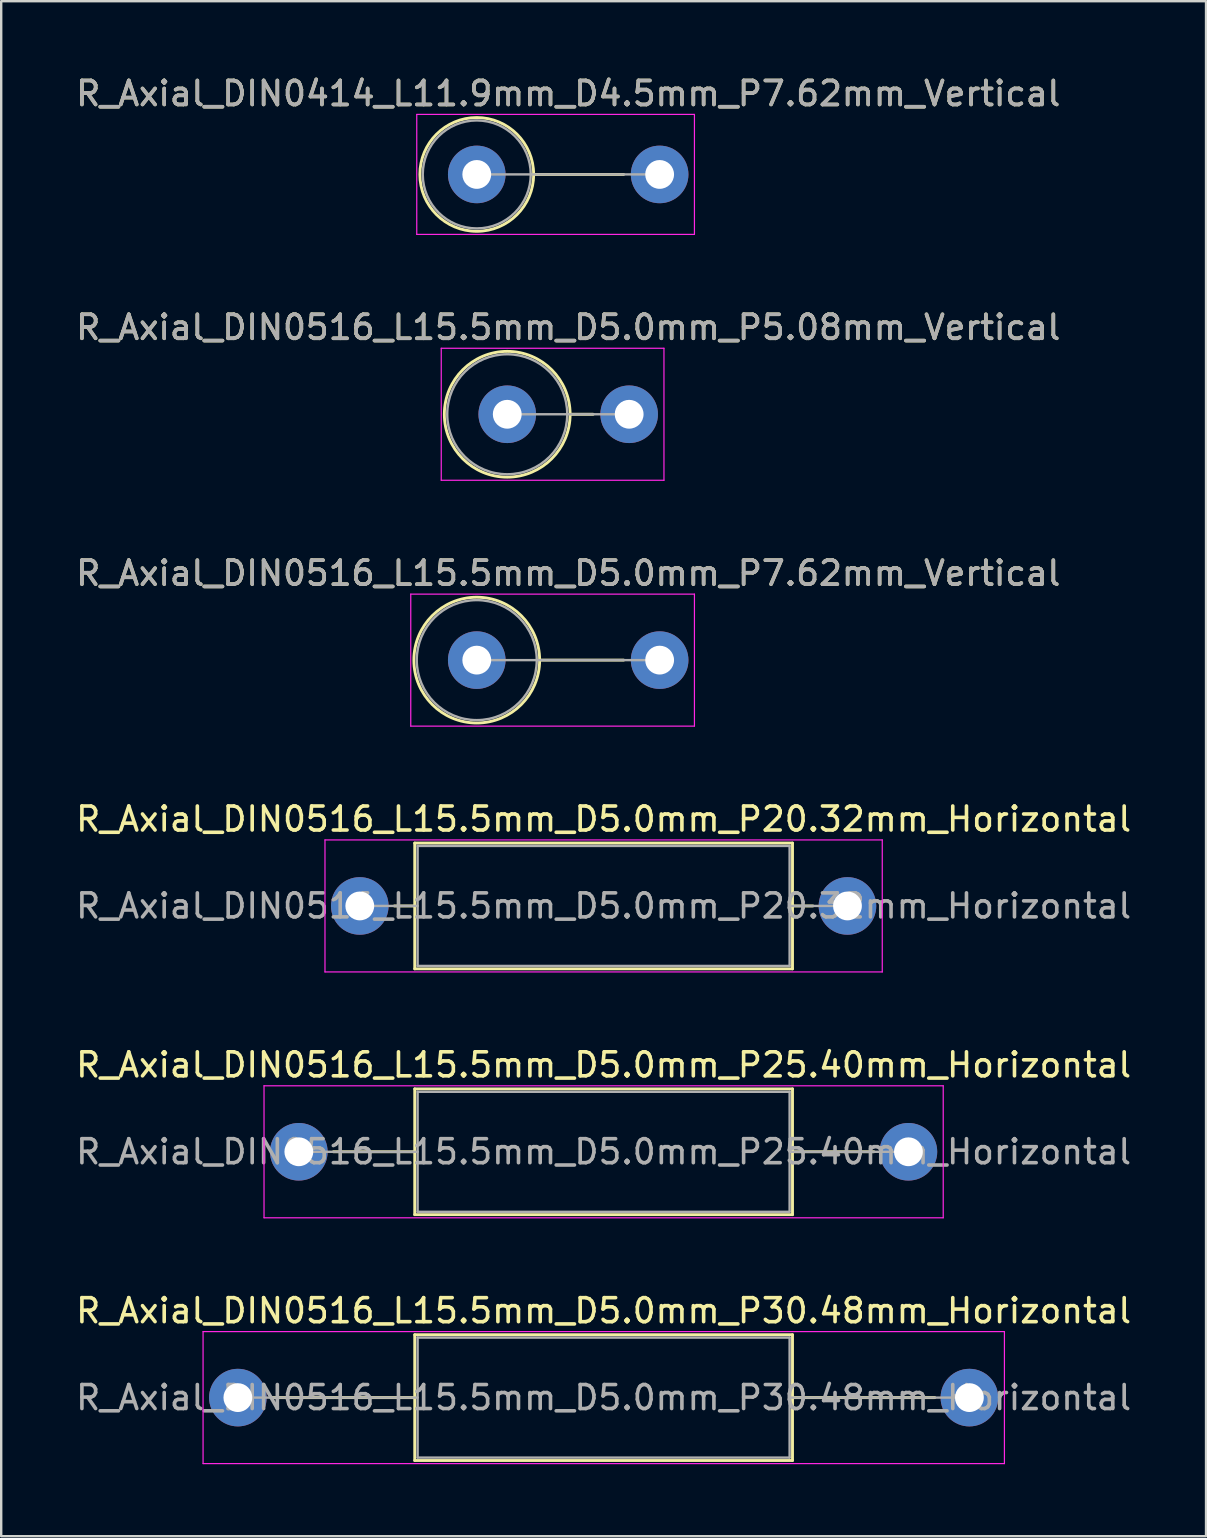
<source format=kicad_pcb>
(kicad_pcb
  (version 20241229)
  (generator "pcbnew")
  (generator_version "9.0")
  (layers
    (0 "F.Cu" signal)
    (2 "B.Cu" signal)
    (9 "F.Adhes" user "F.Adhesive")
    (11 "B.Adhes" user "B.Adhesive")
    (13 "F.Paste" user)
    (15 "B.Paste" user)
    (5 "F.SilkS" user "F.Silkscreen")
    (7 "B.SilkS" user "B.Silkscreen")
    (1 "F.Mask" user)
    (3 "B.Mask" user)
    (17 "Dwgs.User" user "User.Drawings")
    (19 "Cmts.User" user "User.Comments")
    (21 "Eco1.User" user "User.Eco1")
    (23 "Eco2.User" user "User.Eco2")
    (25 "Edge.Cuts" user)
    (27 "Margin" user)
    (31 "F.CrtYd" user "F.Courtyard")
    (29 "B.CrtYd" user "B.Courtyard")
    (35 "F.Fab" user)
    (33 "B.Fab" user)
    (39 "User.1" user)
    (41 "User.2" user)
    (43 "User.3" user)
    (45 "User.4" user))
  (footprint "R_Axial_DIN0516_L15.5mm_D5.0mm_P7.62mm_Vertical"
    (layer "F.Cu")
    (at 16.815 24.455)
    (property "Reference" "R_Axial_DIN0516_L15.5mm_D5.0mm_P7.62mm_Vertical" (at 3.81 -3.62 0) (layer "F.SilkS") (effects (font (size 1 1) (thickness 0.15))))
    (attr through_hole)
    (fp_line (start 2.62 0) (end 6.12 0) (stroke (width 0.12) (type solid)) (layer "F.SilkS"))
    (fp_circle (center 0 0) (end 2.62 0) (stroke (width 0.12) (type solid)) (fill no) (layer "F.SilkS"))
    (fp_line (start -2.75 -2.75) (end -2.75 2.75) (stroke (width 0.05) (type solid)) (layer "F.CrtYd"))
    (fp_line (start -2.75 2.75) (end 9.07 2.75) (stroke (width 0.05) (type solid)) (layer "F.CrtYd"))
    (fp_line (start 9.07 -2.75) (end -2.75 -2.75) (stroke (width 0.05) (type solid)) (layer "F.CrtYd"))
    (fp_line (start 9.07 2.75) (end 9.07 -2.75) (stroke (width 0.05) (type solid)) (layer "F.CrtYd"))
    (fp_line (start 0 0) (end 7.62 0) (stroke (width 0.1) (type solid)) (layer "F.Fab"))
    (fp_circle (center 0 0) (end 2.5 0) (stroke (width 0.1) (type solid)) (fill no) (layer "F.Fab"))
    (fp_text user "${REFERENCE}" (at 3.81 -3.62 0) (layer "F.Fab") (effects (font (size 1 1) (thickness 0.15))))
    (pad "1" thru_hole circle (at 0 0) (size 2.4 2.4) (drill 1.2) (layers "*.Cu" "*.Mask"))
    (pad "2" thru_hole oval (at 7.62 0) (size 2.4 2.4) (drill 1.2) (layers "*.Cu" "*.Mask")))
  (footprint "R_Axial_DIN0414_L11.9mm_D4.5mm_P7.62mm_Vertical"
    (layer "F.Cu")
    (at 16.815 4.218)
    (property "Reference" "R_Axial_DIN0414_L11.9mm_D4.5mm_P7.62mm_Vertical" (at 3.81 -3.37 0) (layer "F.SilkS") (effects (font (size 1 1) (thickness 0.15))))
    (attr through_hole)
    (fp_line (start 2.37 0) (end 6.12 0) (stroke (width 0.12) (type solid)) (layer "F.SilkS"))
    (fp_circle (center 0 0) (end 2.37 0) (stroke (width 0.12) (type solid)) (fill no) (layer "F.SilkS"))
    (fp_line (start -2.5 -2.5) (end -2.5 2.5) (stroke (width 0.05) (type solid)) (layer "F.CrtYd"))
    (fp_line (start -2.5 2.5) (end 9.07 2.5) (stroke (width 0.05) (type solid)) (layer "F.CrtYd"))
    (fp_line (start 9.07 -2.5) (end -2.5 -2.5) (stroke (width 0.05) (type solid)) (layer "F.CrtYd"))
    (fp_line (start 9.07 2.5) (end 9.07 -2.5) (stroke (width 0.05) (type solid)) (layer "F.CrtYd"))
    (fp_line (start 0 0) (end 7.62 0) (stroke (width 0.1) (type solid)) (layer "F.Fab"))
    (fp_circle (center 0 0) (end 2.25 0) (stroke (width 0.1) (type solid)) (fill no) (layer "F.Fab"))
    (fp_text user "${REFERENCE}" (at 3.81 -3.37 0) (layer "F.Fab") (effects (font (size 1 1) (thickness 0.15))))
    (pad "1" thru_hole circle (at 0 0) (size 2.4 2.4) (drill 1.2) (layers "*.Cu" "*.Mask"))
    (pad "2" thru_hole oval (at 7.62 0) (size 2.4 2.4) (drill 1.2) (layers "*.Cu" "*.Mask")))
  (footprint "R_Axial_DIN0516_L15.5mm_D5.0mm_P20.32mm_Horizontal"
    (layer "F.Cu")
    (at 11.941 34.698)
    (property "Reference" "R_Axial_DIN0516_L15.5mm_D5.0mm_P20.32mm_Horizontal" (at 10.16 -3.62 0) (layer "F.SilkS") (effects (font (size 1 1) (thickness 0.15))))
    (attr through_hole)
    (fp_line (start 1.44 0) (end 2.29 0) (stroke (width 0.12) (type solid)) (layer "F.SilkS"))
    (fp_line (start 2.29 -2.62) (end 2.29 2.62) (stroke (width 0.12) (type solid)) (layer "F.SilkS"))
    (fp_line (start 2.29 2.62) (end 18.03 2.62) (stroke (width 0.12) (type solid)) (layer "F.SilkS"))
    (fp_line (start 18.03 -2.62) (end 2.29 -2.62) (stroke (width 0.12) (type solid)) (layer "F.SilkS"))
    (fp_line (start 18.03 2.62) (end 18.03 -2.62) (stroke (width 0.12) (type solid)) (layer "F.SilkS"))
    (fp_line (start 18.88 0) (end 18.03 0) (stroke (width 0.12) (type solid)) (layer "F.SilkS"))
    (fp_line (start -1.45 -2.75) (end -1.45 2.75) (stroke (width 0.05) (type solid)) (layer "F.CrtYd"))
    (fp_line (start -1.45 2.75) (end 21.77 2.75) (stroke (width 0.05) (type solid)) (layer "F.CrtYd"))
    (fp_line (start 21.77 -2.75) (end -1.45 -2.75) (stroke (width 0.05) (type solid)) (layer "F.CrtYd"))
    (fp_line (start 21.77 2.75) (end 21.77 -2.75) (stroke (width 0.05) (type solid)) (layer "F.CrtYd"))
    (fp_line (start 0 0) (end 2.41 0) (stroke (width 0.1) (type solid)) (layer "F.Fab"))
    (fp_line (start 2.41 -2.5) (end 2.41 2.5) (stroke (width 0.1) (type solid)) (layer "F.Fab"))
    (fp_line (start 2.41 2.5) (end 17.91 2.5) (stroke (width 0.1) (type solid)) (layer "F.Fab"))
    (fp_line (start 17.91 -2.5) (end 2.41 -2.5) (stroke (width 0.1) (type solid)) (layer "F.Fab"))
    (fp_line (start 17.91 2.5) (end 17.91 -2.5) (stroke (width 0.1) (type solid)) (layer "F.Fab"))
    (fp_line (start 20.32 0) (end 17.91 0) (stroke (width 0.1) (type solid)) (layer "F.Fab"))
    (fp_text user "${REFERENCE}" (at 10.16 0 0) (layer "F.Fab") (effects (font (size 1 1) (thickness 0.15))))
    (pad "1" thru_hole circle (at 0 0) (size 2.4 2.4) (drill 1.2) (layers "*.Cu" "*.Mask"))
    (pad "2" thru_hole oval (at 20.32 0) (size 2.4 2.4) (drill 1.2) (layers "*.Cu" "*.Mask")))
  (footprint "R_Axial_DIN0516_L15.5mm_D5.0mm_P5.08mm_Vertical"
    (layer "F.Cu")
    (at 18.085 14.211)
    (property "Reference" "R_Axial_DIN0516_L15.5mm_D5.0mm_P5.08mm_Vertical" (at 2.54 -3.62 0) (layer "F.SilkS") (effects (font (size 1 1) (thickness 0.15))))
    (attr through_hole)
    (fp_line (start 2.62 0) (end 3.58 0) (stroke (width 0.12) (type solid)) (layer "F.SilkS"))
    (fp_circle (center 0 0) (end 2.62 0) (stroke (width 0.12) (type solid)) (fill no) (layer "F.SilkS"))
    (fp_line (start -2.75 -2.75) (end -2.75 2.75) (stroke (width 0.05) (type solid)) (layer "F.CrtYd"))
    (fp_line (start -2.75 2.75) (end 6.53 2.75) (stroke (width 0.05) (type solid)) (layer "F.CrtYd"))
    (fp_line (start 6.53 -2.75) (end -2.75 -2.75) (stroke (width 0.05) (type solid)) (layer "F.CrtYd"))
    (fp_line (start 6.53 2.75) (end 6.53 -2.75) (stroke (width 0.05) (type solid)) (layer "F.CrtYd"))
    (fp_line (start 0 0) (end 5.08 0) (stroke (width 0.1) (type solid)) (layer "F.Fab"))
    (fp_circle (center 0 0) (end 2.5 0) (stroke (width 0.1) (type solid)) (fill no) (layer "F.Fab"))
    (fp_text user "${REFERENCE}" (at 2.54 -3.62 0) (layer "F.Fab") (effects (font (size 1 1) (thickness 0.15))))
    (pad "1" thru_hole circle (at 0 0) (size 2.4 2.4) (drill 1.2) (layers "*.Cu" "*.Mask"))
    (pad "2" thru_hole oval (at 5.08 0) (size 2.4 2.4) (drill 1.2) (layers "*.Cu" "*.Mask")))
  (footprint "R_Axial_DIN0516_L15.5mm_D5.0mm_P25.40mm_Horizontal"
    (layer "F.Cu")
    (at 9.401 44.941)
    (property "Reference" "R_Axial_DIN0516_L15.5mm_D5.0mm_P25.40mm_Horizontal" (at 12.7 -3.62 0) (layer "F.SilkS") (effects (font (size 1 1) (thickness 0.15))))
    (attr through_hole)
    (fp_line (start 1.44 0) (end 4.83 0) (stroke (width 0.12) (type solid)) (layer "F.SilkS"))
    (fp_line (start 4.83 -2.62) (end 4.83 2.62) (stroke (width 0.12) (type solid)) (layer "F.SilkS"))
    (fp_line (start 4.83 2.62) (end 20.57 2.62) (stroke (width 0.12) (type solid)) (layer "F.SilkS"))
    (fp_line (start 20.57 -2.62) (end 4.83 -2.62) (stroke (width 0.12) (type solid)) (layer "F.SilkS"))
    (fp_line (start 20.57 2.62) (end 20.57 -2.62) (stroke (width 0.12) (type solid)) (layer "F.SilkS"))
    (fp_line (start 23.96 0) (end 20.57 0) (stroke (width 0.12) (type solid)) (layer "F.SilkS"))
    (fp_line (start -1.45 -2.75) (end -1.45 2.75) (stroke (width 0.05) (type solid)) (layer "F.CrtYd"))
    (fp_line (start -1.45 2.75) (end 26.85 2.75) (stroke (width 0.05) (type solid)) (layer "F.CrtYd"))
    (fp_line (start 26.85 -2.75) (end -1.45 -2.75) (stroke (width 0.05) (type solid)) (layer "F.CrtYd"))
    (fp_line (start 26.85 2.75) (end 26.85 -2.75) (stroke (width 0.05) (type solid)) (layer "F.CrtYd"))
    (fp_line (start 0 0) (end 4.95 0) (stroke (width 0.1) (type solid)) (layer "F.Fab"))
    (fp_line (start 4.95 -2.5) (end 4.95 2.5) (stroke (width 0.1) (type solid)) (layer "F.Fab"))
    (fp_line (start 4.95 2.5) (end 20.45 2.5) (stroke (width 0.1) (type solid)) (layer "F.Fab"))
    (fp_line (start 20.45 -2.5) (end 4.95 -2.5) (stroke (width 0.1) (type solid)) (layer "F.Fab"))
    (fp_line (start 20.45 2.5) (end 20.45 -2.5) (stroke (width 0.1) (type solid)) (layer "F.Fab"))
    (fp_line (start 25.4 0) (end 20.45 0) (stroke (width 0.1) (type solid)) (layer "F.Fab"))
    (fp_text user "${REFERENCE}" (at 12.7 0 0) (layer "F.Fab") (effects (font (size 1 1) (thickness 0.15))))
    (pad "1" thru_hole circle (at 0 0) (size 2.4 2.4) (drill 1.2) (layers "*.Cu" "*.Mask"))
    (pad "2" thru_hole oval (at 25.4 0) (size 2.4 2.4) (drill 1.2) (layers "*.Cu" "*.Mask")))
  (footprint "R_Axial_DIN0516_L15.5mm_D5.0mm_P30.48mm_Horizontal"
    (layer "F.Cu")
    (at 6.861 55.184)
    (property "Reference" "R_Axial_DIN0516_L15.5mm_D5.0mm_P30.48mm_Horizontal" (at 15.24 -3.62 0) (layer "F.SilkS") (effects (font (size 1 1) (thickness 0.15))))
    (attr through_hole)
    (fp_line (start 1.44 0) (end 7.37 0) (stroke (width 0.12) (type solid)) (layer "F.SilkS"))
    (fp_line (start 7.37 -2.62) (end 7.37 2.62) (stroke (width 0.12) (type solid)) (layer "F.SilkS"))
    (fp_line (start 7.37 2.62) (end 23.11 2.62) (stroke (width 0.12) (type solid)) (layer "F.SilkS"))
    (fp_line (start 23.11 -2.62) (end 7.37 -2.62) (stroke (width 0.12) (type solid)) (layer "F.SilkS"))
    (fp_line (start 23.11 2.62) (end 23.11 -2.62) (stroke (width 0.12) (type solid)) (layer "F.SilkS"))
    (fp_line (start 29.04 0) (end 23.11 0) (stroke (width 0.12) (type solid)) (layer "F.SilkS"))
    (fp_line (start -1.45 -2.75) (end -1.45 2.75) (stroke (width 0.05) (type solid)) (layer "F.CrtYd"))
    (fp_line (start -1.45 2.75) (end 31.94 2.75) (stroke (width 0.05) (type solid)) (layer "F.CrtYd"))
    (fp_line (start 31.94 -2.75) (end -1.45 -2.75) (stroke (width 0.05) (type solid)) (layer "F.CrtYd"))
    (fp_line (start 31.94 2.75) (end 31.94 -2.75) (stroke (width 0.05) (type solid)) (layer "F.CrtYd"))
    (fp_line (start 0 0) (end 7.49 0) (stroke (width 0.1) (type solid)) (layer "F.Fab"))
    (fp_line (start 7.49 -2.5) (end 7.49 2.5) (stroke (width 0.1) (type solid)) (layer "F.Fab"))
    (fp_line (start 7.49 2.5) (end 22.99 2.5) (stroke (width 0.1) (type solid)) (layer "F.Fab"))
    (fp_line (start 22.99 -2.5) (end 7.49 -2.5) (stroke (width 0.1) (type solid)) (layer "F.Fab"))
    (fp_line (start 22.99 2.5) (end 22.99 -2.5) (stroke (width 0.1) (type solid)) (layer "F.Fab"))
    (fp_line (start 30.48 0) (end 22.99 0) (stroke (width 0.1) (type solid)) (layer "F.Fab"))
    (fp_text user "${REFERENCE}" (at 15.24 0 0) (layer "F.Fab") (effects (font (size 1 1) (thickness 0.15))))
    (pad "1" thru_hole circle (at 0 0) (size 2.4 2.4) (drill 1.2) (layers "*.Cu" "*.Mask"))
    (pad "2" thru_hole oval (at 30.48 0) (size 2.4 2.4) (drill 1.2) (layers "*.Cu" "*.Mask")))
  (gr_rect
    (start -3 -3)
    (end 47.202 60.959)
    (stroke (width 0.1) (type default))
    (fill no)
    (layer "Edge.Cuts")))
</source>
